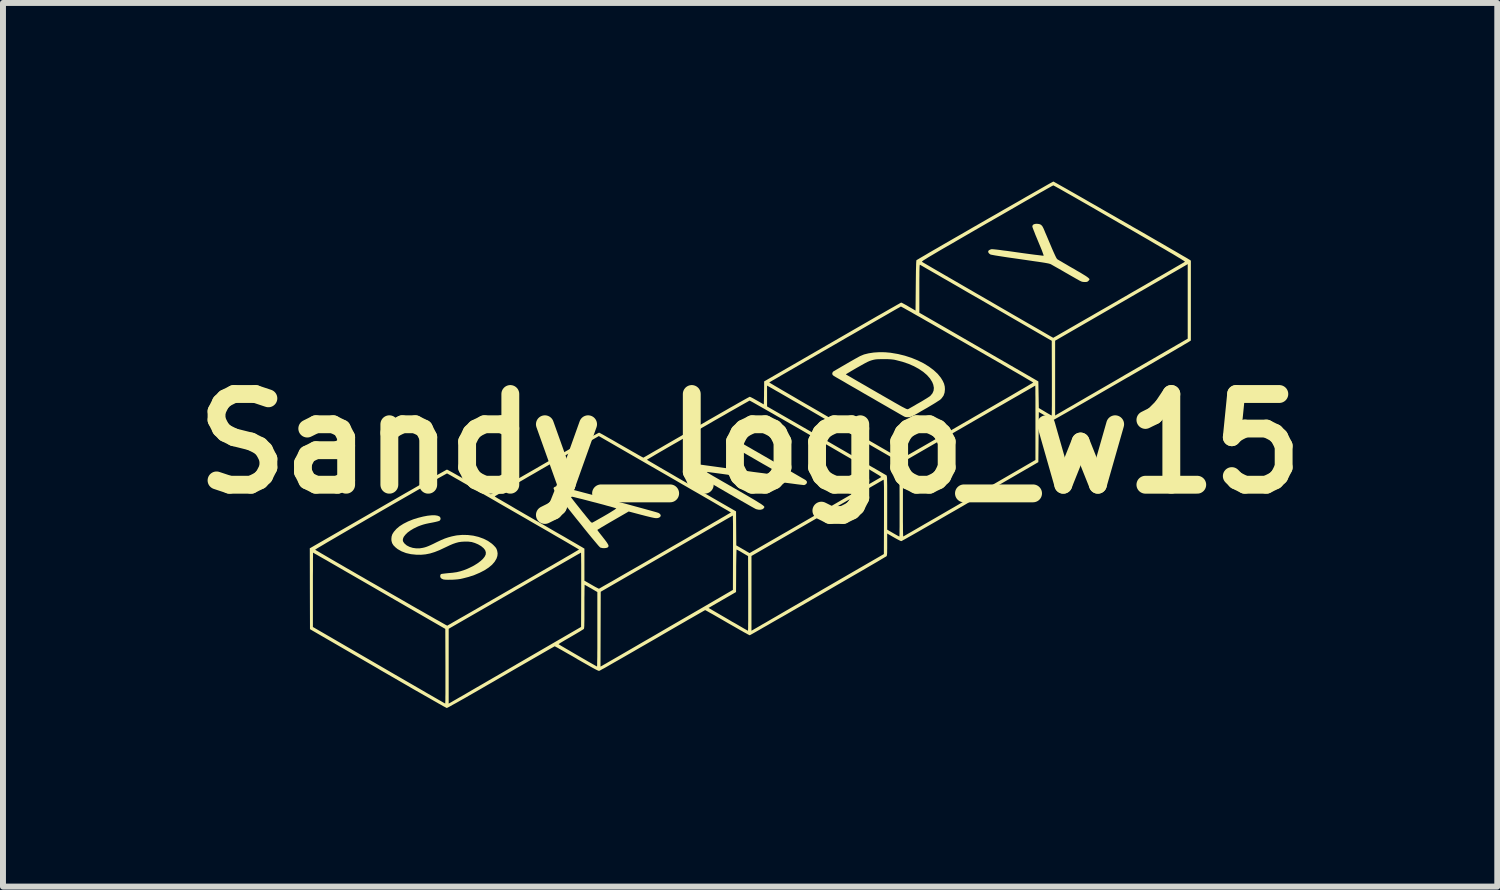
<source format=kicad_pcb>
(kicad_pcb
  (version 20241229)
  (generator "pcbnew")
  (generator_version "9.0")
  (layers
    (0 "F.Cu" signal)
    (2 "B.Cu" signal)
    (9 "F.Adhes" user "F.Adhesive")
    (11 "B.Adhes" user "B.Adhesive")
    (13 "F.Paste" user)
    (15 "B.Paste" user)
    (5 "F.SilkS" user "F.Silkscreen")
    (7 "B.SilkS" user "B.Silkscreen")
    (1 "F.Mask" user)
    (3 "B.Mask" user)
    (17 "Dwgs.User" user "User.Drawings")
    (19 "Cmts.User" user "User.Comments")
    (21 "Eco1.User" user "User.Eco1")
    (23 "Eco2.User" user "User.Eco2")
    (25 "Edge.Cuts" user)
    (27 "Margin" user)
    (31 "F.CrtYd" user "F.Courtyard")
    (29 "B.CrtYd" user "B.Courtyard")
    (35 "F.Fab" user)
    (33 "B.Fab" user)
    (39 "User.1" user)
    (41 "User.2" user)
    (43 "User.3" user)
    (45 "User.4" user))
  (footprint "Sandy_logo_w15"
    (layer "F.Cu")
    (at 9.55 4.403)
    (property "Reference" "Sandy_logo_w15" (at 0 0 0) (layer "F.SilkS") (effects (font (size 1.524 1.524) (thickness 0.3))))
    (attr board_only exclude_from_pos_files exclude_from_bom)
    (fp_poly (pts (xy 4.855 -3.69) (xy 4.885 -3.678) (xy 4.907 -3.656) (xy 4.922 -3.629) (xy 4.93 -3.613) (xy 4.942 -3.585) (xy 4.958 -3.546) (xy 4.978 -3.5) (xy 5 -3.448) (xy 5.024 -3.391) (xy 5.041 -3.351) (xy 5.07 -3.282) (xy 5.095 -3.225) (xy 5.115 -3.181) (xy 5.131 -3.147) (xy 5.143 -3.123) (xy 5.153 -3.107) (xy 5.16 -3.099) (xy 5.161 -3.098) (xy 5.171 -3.092) (xy 5.194 -3.078) (xy 5.226 -3.06) (xy 5.266 -3.036) (xy 5.313 -3.009) (xy 5.365 -2.978) (xy 5.421 -2.946) (xy 5.424 -2.945) (xy 5.493 -2.904) (xy 5.551 -2.871) (xy 5.598 -2.842) (xy 5.634 -2.82) (xy 5.662 -2.801) (xy 5.681 -2.786) (xy 5.693 -2.775) (xy 5.7 -2.766) (xy 5.701 -2.76) (xy 5.696 -2.75) (xy 5.684 -2.736) (xy 5.683 -2.734) (xy 5.669 -2.723) (xy 5.653 -2.717) (xy 5.628 -2.716) (xy 5.621 -2.716) (xy 5.595 -2.717) (xy 5.571 -2.722) (xy 5.546 -2.733) (xy 5.525 -2.744) (xy 5.505 -2.756) (xy 5.474 -2.773) (xy 5.434 -2.796) (xy 5.388 -2.822) (xy 5.338 -2.851) (xy 5.287 -2.88) (xy 5.277 -2.886) (xy 5.227 -2.915) (xy 5.178 -2.943) (xy 5.135 -2.967) (xy 5.098 -2.988) (xy 5.07 -3.004) (xy 5.052 -3.014) (xy 5.05 -3.015) (xy 5.04 -3.019) (xy 5.027 -3.023) (xy 5.007 -3.028) (xy 4.981 -3.033) (xy 4.947 -3.039) (xy 4.904 -3.046) (xy 4.851 -3.054) (xy 4.787 -3.063) (xy 4.712 -3.074) (xy 4.623 -3.087) (xy 4.54 -3.099) (xy 4.428 -3.115) (xy 4.329 -3.129) (xy 4.244 -3.142) (xy 4.174 -3.153) (xy 4.117 -3.162) (xy 4.075 -3.17) (xy 4.048 -3.175) (xy 4.036 -3.179) (xy 4.013 -3.196) (xy 4.002 -3.213) (xy 3.999 -3.23) (xy 4.005 -3.242) (xy 4.012 -3.249) (xy 4.032 -3.26) (xy 4.054 -3.267) (xy 4.068 -3.267) (xy 4.095 -3.265) (xy 4.135 -3.261) (xy 4.187 -3.255) (xy 4.251 -3.246) (xy 4.326 -3.237) (xy 4.41 -3.225) (xy 4.502 -3.212) (xy 4.58 -3.201) (xy 4.654 -3.191) (xy 4.721 -3.182) (xy 4.782 -3.174) (xy 4.834 -3.168) (xy 4.876 -3.163) (xy 4.907 -3.159) (xy 4.926 -3.158) (xy 4.931 -3.158) (xy 4.93 -3.166) (xy 4.923 -3.186) (xy 4.912 -3.217) (xy 4.897 -3.257) (xy 4.878 -3.303) (xy 4.856 -3.356) (xy 4.839 -3.397) (xy 4.816 -3.453) (xy 4.794 -3.505) (xy 4.776 -3.552) (xy 4.76 -3.592) (xy 4.749 -3.622) (xy 4.742 -3.642) (xy 4.741 -3.648) (xy 4.747 -3.671) (xy 4.766 -3.686) (xy 4.797 -3.693) (xy 4.815 -3.694)) (stroke (width 0) (type solid)) (fill yes) (layer "F.SilkS"))
    (fp_poly (pts (xy -5.252 1.209) (xy -5.22 1.222) (xy -5.212 1.228) (xy -5.2 1.248) (xy -5.2 1.27) (xy -5.211 1.289) (xy -5.217 1.294) (xy -5.231 1.3) (xy -5.256 1.307) (xy -5.289 1.315) (xy -5.327 1.323) (xy -5.332 1.324) (xy -5.395 1.336) (xy -5.447 1.347) (xy -5.492 1.359) (xy -5.534 1.373) (xy -5.576 1.389) (xy -5.589 1.395) (xy -5.651 1.425) (xy -5.706 1.458) (xy -5.754 1.493) (xy -5.791 1.53) (xy -5.818 1.565) (xy -5.829 1.592) (xy -5.834 1.618) (xy -5.83 1.64) (xy -5.816 1.663) (xy -5.804 1.678) (xy -5.768 1.709) (xy -5.721 1.733) (xy -5.667 1.75) (xy -5.609 1.758) (xy -5.55 1.758) (xy -5.532 1.755) (xy -5.5 1.75) (xy -5.47 1.743) (xy -5.44 1.734) (xy -5.406 1.721) (xy -5.367 1.704) (xy -5.32 1.682) (xy -5.264 1.654) (xy -5.192 1.62) (xy -5.128 1.593) (xy -5.069 1.573) (xy -5.01 1.557) (xy -4.948 1.544) (xy -4.925 1.54) (xy -4.833 1.532) (xy -4.741 1.534) (xy -4.649 1.545) (xy -4.561 1.566) (xy -4.478 1.596) (xy -4.404 1.633) (xy -4.34 1.678) (xy -4.314 1.701) (xy -4.288 1.728) (xy -4.27 1.749) (xy -4.259 1.769) (xy -4.251 1.792) (xy -4.249 1.796) (xy -4.241 1.842) (xy -4.245 1.886) (xy -4.26 1.931) (xy -4.291 1.983) (xy -4.335 2.034) (xy -4.393 2.082) (xy -4.462 2.127) (xy -4.542 2.168) (xy -4.631 2.206) (xy -4.728 2.238) (xy -4.821 2.262) (xy -4.865 2.272) (xy -4.907 2.278) (xy -4.95 2.282) (xy -5 2.285) (xy -5.022 2.285) (xy -5.073 2.286) (xy -5.114 2.285) (xy -5.143 2.282) (xy -5.157 2.279) (xy -5.186 2.265) (xy -5.202 2.246) (xy -5.206 2.223) (xy -5.201 2.201) (xy -5.192 2.191) (xy -5.179 2.187) (xy -5.155 2.184) (xy -5.122 2.18) (xy -5.084 2.176) (xy -5.076 2.175) (xy -4.997 2.168) (xy -4.928 2.158) (xy -4.866 2.143) (xy -4.806 2.124) (xy -4.743 2.099) (xy -4.705 2.081) (xy -4.64 2.048) (xy -4.582 2.012) (xy -4.531 1.974) (xy -4.49 1.937) (xy -4.46 1.9) (xy -4.443 1.866) (xy -4.441 1.861) (xy -4.439 1.824) (xy -4.451 1.788) (xy -4.478 1.754) (xy -4.519 1.72) (xy -4.569 1.691) (xy -4.623 1.668) (xy -4.676 1.652) (xy -4.733 1.645) (xy -4.799 1.645) (xy -4.805 1.645) (xy -4.853 1.648) (xy -4.898 1.655) (xy -4.943 1.667) (xy -4.992 1.684) (xy -5.046 1.707) (xy -5.109 1.737) (xy -5.124 1.744) (xy -5.215 1.787) (xy -5.298 1.82) (xy -5.376 1.844) (xy -5.452 1.859) (xy -5.528 1.866) (xy -5.607 1.865) (xy -5.607 1.865) (xy -5.697 1.856) (xy -5.78 1.837) (xy -5.855 1.808) (xy -5.92 1.771) (xy -5.955 1.743) (xy -5.991 1.707) (xy -6.013 1.671) (xy -6.024 1.632) (xy -6.026 1.601) (xy -6.022 1.559) (xy -6.009 1.519) (xy -5.984 1.48) (xy -5.947 1.438) (xy -5.942 1.432) (xy -5.889 1.387) (xy -5.823 1.345) (xy -5.746 1.306) (xy -5.659 1.271) (xy -5.575 1.245) (xy -5.492 1.224) (xy -5.418 1.21) (xy -5.352 1.203) (xy -5.297 1.202)) (stroke (width 0) (type solid)) (fill yes) (layer "F.SilkS"))
    (fp_poly (pts (xy -3.228 0.718) (xy -3.209 0.721) (xy -3.185 0.725) (xy -3.155 0.731) (xy -3.119 0.739) (xy -3.075 0.75) (xy -3.023 0.762) (xy -2.962 0.778) (xy -2.892 0.796) (xy -2.81 0.818) (xy -2.718 0.842) (xy -2.613 0.87) (xy -2.495 0.901) (xy -2.389 0.93) (xy -2.281 0.958) (xy -2.176 0.987) (xy -2.076 1.013) (xy -1.982 1.039) (xy -1.894 1.063) (xy -1.813 1.085) (xy -1.741 1.105) (xy -1.679 1.122) (xy -1.626 1.137) (xy -1.586 1.148) (xy -1.557 1.157) (xy -1.542 1.162) (xy -1.54 1.162) (xy -1.514 1.18) (xy -1.502 1.199) (xy -1.503 1.218) (xy -1.517 1.235) (xy -1.542 1.247) (xy -1.565 1.251) (xy -1.579 1.251) (xy -1.598 1.249) (xy -1.622 1.245) (xy -1.655 1.238) (xy -1.697 1.228) (xy -1.75 1.215) (xy -1.815 1.198) (xy -1.82 1.197) (xy -2.039 1.139) (xy -2.302 1.291) (xy -2.359 1.324) (xy -2.412 1.355) (xy -2.459 1.383) (xy -2.5 1.407) (xy -2.531 1.427) (xy -2.554 1.44) (xy -2.565 1.448) (xy -2.566 1.449) (xy -2.561 1.457) (xy -2.549 1.474) (xy -2.53 1.499) (xy -2.505 1.531) (xy -2.477 1.566) (xy -2.472 1.573) (xy -2.436 1.619) (xy -2.41 1.654) (xy -2.392 1.682) (xy -2.381 1.703) (xy -2.378 1.718) (xy -2.381 1.73) (xy -2.389 1.74) (xy -2.395 1.744) (xy -2.415 1.751) (xy -2.444 1.755) (xy -2.476 1.754) (xy -2.505 1.748) (xy -2.517 1.744) (xy -2.527 1.735) (xy -2.546 1.715) (xy -2.574 1.682) (xy -2.611 1.638) (xy -2.658 1.582) (xy -2.713 1.515) (xy -2.778 1.435) (xy -2.851 1.343) (xy -2.921 1.257) (xy -2.991 1.169) (xy -3.053 1.091) (xy -3.107 1.024) (xy -3.152 0.966) (xy -3.191 0.917) (xy -3.205 0.899) (xy -3.008 0.899) (xy -3.004 0.906) (xy -2.991 0.923) (xy -2.971 0.949) (xy -2.946 0.981) (xy -2.917 1.018) (xy -2.884 1.059) (xy -2.85 1.102) (xy -2.816 1.145) (xy -2.782 1.186) (xy -2.751 1.225) (xy -2.723 1.259) (xy -2.7 1.287) (xy -2.683 1.307) (xy -2.674 1.317) (xy -2.672 1.318) (xy -2.66 1.326) (xy -2.654 1.328) (xy -2.646 1.324) (xy -2.627 1.314) (xy -2.598 1.298) (xy -2.561 1.277) (xy -2.517 1.252) (xy -2.469 1.225) (xy -2.445 1.211) (xy -2.395 1.182) (xy -2.35 1.155) (xy -2.312 1.131) (xy -2.281 1.112) (xy -2.26 1.097) (xy -2.249 1.089) (xy -2.248 1.087) (xy -2.257 1.084) (xy -2.278 1.077) (xy -2.311 1.067) (xy -2.353 1.055) (xy -2.403 1.042) (xy -2.459 1.026) (xy -2.52 1.01) (xy -2.583 0.993) (xy -2.647 0.977) (xy -2.711 0.96) (xy -2.772 0.944) (xy -2.829 0.929) (xy -2.881 0.917) (xy -2.925 0.906) (xy -2.96 0.897) (xy -2.984 0.892) (xy -2.996 0.89) (xy -2.997 0.89) (xy -3.007 0.896) (xy -3.008 0.899) (xy -3.205 0.899) (xy -3.222 0.876) (xy -3.248 0.842) (xy -3.268 0.814) (xy -3.282 0.792) (xy -3.292 0.774) (xy -3.298 0.761) (xy -3.301 0.751) (xy -3.3 0.744) (xy -3.297 0.738) (xy -3.292 0.733) (xy -3.285 0.729) (xy -3.279 0.725) (xy -3.272 0.722) (xy -3.265 0.719) (xy -3.255 0.718) (xy -3.243 0.717)) (stroke (width 0) (type solid)) (fill yes) (layer "F.SilkS"))
    (fp_poly (pts (xy -0.285 -0.086) (xy -0.272 -0.082) (xy -0.263 -0.077) (xy -0.242 -0.065) (xy -0.21 -0.048) (xy -0.168 -0.024) (xy -0.118 0.004) (xy -0.061 0.037) (xy 0.002 0.073) (xy 0.071 0.113) (xy 0.143 0.154) (xy 0.219 0.198) (xy 0.296 0.242) (xy 0.373 0.287) (xy 0.45 0.331) (xy 0.525 0.374) (xy 0.598 0.416) (xy 0.666 0.456) (xy 0.729 0.493) (xy 0.786 0.526) (xy 0.836 0.555) (xy 0.877 0.579) (xy 0.909 0.597) (xy 0.93 0.61) (xy 0.938 0.616) (xy 0.953 0.634) (xy 0.955 0.654) (xy 0.945 0.674) (xy 0.925 0.689) (xy 0.908 0.695) (xy 0.899 0.695) (xy 0.875 0.692) (xy 0.839 0.688) (xy 0.79 0.682) (xy 0.731 0.674) (xy 0.662 0.665) (xy 0.584 0.655) (xy 0.497 0.643) (xy 0.404 0.63) (xy 0.305 0.617) (xy 0.201 0.602) (xy 0.093 0.587) (xy 0.085 0.586) (xy -0.024 0.57) (xy -0.127 0.556) (xy -0.226 0.542) (xy -0.319 0.529) (xy -0.404 0.517) (xy -0.482 0.506) (xy -0.55 0.497) (xy -0.609 0.489) (xy -0.657 0.483) (xy -0.692 0.478) (xy -0.715 0.475) (xy -0.725 0.475) (xy -0.725 0.475) (xy -0.725 0.476) (xy -0.725 0.478) (xy -0.722 0.481) (xy -0.716 0.485) (xy -0.707 0.492) (xy -0.692 0.501) (xy -0.672 0.513) (xy -0.645 0.529) (xy -0.611 0.549) (xy -0.569 0.573) (xy -0.517 0.603) (xy -0.455 0.639) (xy -0.383 0.68) (xy -0.299 0.729) (xy -0.255 0.754) (xy -0.161 0.808) (xy -0.078 0.856) (xy -0.008 0.897) (xy 0.052 0.932) (xy 0.102 0.962) (xy 0.143 0.988) (xy 0.176 1.008) (xy 0.201 1.025) (xy 0.219 1.039) (xy 0.231 1.049) (xy 0.238 1.058) (xy 0.24 1.064) (xy 0.24 1.064) (xy 0.236 1.075) (xy 0.226 1.088) (xy 0.207 1.102) (xy 0.178 1.109) (xy 0.144 1.109) (xy 0.109 1.102) (xy 0.089 1.094) (xy 0.075 1.086) (xy 0.049 1.072) (xy 0.013 1.052) (xy -0.032 1.026) (xy -0.084 0.996) (xy -0.144 0.962) (xy -0.209 0.924) (xy -0.279 0.884) (xy -0.352 0.842) (xy -0.428 0.798) (xy -0.504 0.754) (xy -0.581 0.709) (xy -0.657 0.665) (xy -0.73 0.623) (xy -0.8 0.582) (xy -0.866 0.544) (xy -0.925 0.509) (xy -0.979 0.478) (xy -1.024 0.451) (xy -1.06 0.429) (xy -1.086 0.414) (xy -1.101 0.405) (xy -1.104 0.403) (xy -1.116 0.383) (xy -1.115 0.363) (xy -1.1 0.344) (xy -1.086 0.335) (xy -1.058 0.321) (xy -0.258 0.431) (xy -0.151 0.446) (xy -0.047 0.46) (xy 0.051 0.474) (xy 0.144 0.486) (xy 0.229 0.497) (xy 0.306 0.508) (xy 0.374 0.516) (xy 0.432 0.524) (xy 0.479 0.53) (xy 0.515 0.534) (xy 0.537 0.537) (xy 0.546 0.537) (xy 0.546 0.537) (xy 0.547 0.53) (xy 0.547 0.53) (xy 0.54 0.526) (xy 0.521 0.515) (xy 0.492 0.498) (xy 0.452 0.475) (xy 0.404 0.447) (xy 0.348 0.414) (xy 0.285 0.378) (xy 0.216 0.339) (xy 0.143 0.297) (xy 0.09 0.266) (xy 0.014 0.222) (xy -0.059 0.18) (xy -0.127 0.141) (xy -0.189 0.105) (xy -0.244 0.072) (xy -0.292 0.044) (xy -0.33 0.021) (xy -0.359 0.004) (xy -0.376 -0.007) (xy -0.381 -0.01) (xy -0.394 -0.029) (xy -0.398 -0.045) (xy -0.391 -0.064) (xy -0.373 -0.078) (xy -0.347 -0.087) (xy -0.316 -0.09)) (stroke (width 0) (type solid)) (fill yes) (layer "F.SilkS"))
    (fp_poly (pts (xy 2.266 -1.536) (xy 2.365 -1.527) (xy 2.368 -1.526) (xy 2.486 -1.506) (xy 2.6 -1.478) (xy 2.711 -1.442) (xy 2.816 -1.399) (xy 2.915 -1.35) (xy 3.004 -1.295) (xy 3.083 -1.236) (xy 3.151 -1.173) (xy 3.204 -1.108) (xy 3.236 -1.056) (xy 3.258 -1.008) (xy 3.27 -0.96) (xy 3.273 -0.914) (xy 3.267 -0.857) (xy 3.249 -0.806) (xy 3.217 -0.762) (xy 3.196 -0.741) (xy 3.181 -0.73) (xy 3.154 -0.713) (xy 3.119 -0.69) (xy 3.075 -0.663) (xy 3.026 -0.634) (xy 2.973 -0.602) (xy 2.932 -0.579) (xy 2.871 -0.544) (xy 2.822 -0.515) (xy 2.783 -0.493) (xy 2.752 -0.476) (xy 2.728 -0.464) (xy 2.709 -0.456) (xy 2.694 -0.45) (xy 2.681 -0.447) (xy 2.669 -0.445) (xy 2.659 -0.445) (xy 2.627 -0.445) (xy 2.602 -0.45) (xy 2.584 -0.459) (xy 2.571 -0.466) (xy 2.546 -0.48) (xy 2.511 -0.5) (xy 2.466 -0.526) (xy 2.414 -0.556) (xy 2.354 -0.59) (xy 2.289 -0.628) (xy 2.219 -0.668) (xy 2.146 -0.71) (xy 2.071 -0.754) (xy 1.994 -0.798) (xy 1.917 -0.842) (xy 1.842 -0.886) (xy 1.769 -0.928) (xy 1.699 -0.968) (xy 1.635 -1.005) (xy 1.576 -1.04) (xy 1.524 -1.07) (xy 1.48 -1.095) (xy 1.445 -1.115) (xy 1.422 -1.129) (xy 1.409 -1.137) (xy 1.408 -1.137) (xy 1.389 -1.152) (xy 1.383 -1.164) (xy 1.609 -1.164) (xy 1.615 -1.16) (xy 1.634 -1.149) (xy 1.664 -1.132) (xy 1.704 -1.109) (xy 1.753 -1.08) (xy 1.81 -1.047) (xy 1.874 -1.01) (xy 1.944 -0.97) (xy 2.019 -0.926) (xy 2.099 -0.88) (xy 2.123 -0.866) (xy 2.217 -0.812) (xy 2.299 -0.765) (xy 2.369 -0.725) (xy 2.429 -0.69) (xy 2.479 -0.662) (xy 2.521 -0.638) (xy 2.555 -0.619) (xy 2.583 -0.605) (xy 2.604 -0.594) (xy 2.62 -0.586) (xy 2.632 -0.582) (xy 2.641 -0.579) (xy 2.647 -0.579) (xy 2.652 -0.58) (xy 2.655 -0.581) (xy 2.667 -0.587) (xy 2.689 -0.6) (xy 2.721 -0.618) (xy 2.76 -0.64) (xy 2.803 -0.666) (xy 2.839 -0.686) (xy 2.886 -0.713) (xy 2.93 -0.74) (xy 2.968 -0.763) (xy 2.999 -0.783) (xy 3.021 -0.798) (xy 3.029 -0.805) (xy 3.063 -0.846) (xy 3.082 -0.89) (xy 3.087 -0.938) (xy 3.077 -0.991) (xy 3.059 -1.036) (xy 3.022 -1.095) (xy 2.972 -1.152) (xy 2.909 -1.206) (xy 2.835 -1.256) (xy 2.751 -1.302) (xy 2.659 -1.342) (xy 2.559 -1.376) (xy 2.454 -1.403) (xy 2.45 -1.404) (xy 2.418 -1.411) (xy 2.386 -1.415) (xy 2.353 -1.418) (xy 2.313 -1.42) (xy 2.263 -1.42) (xy 2.239 -1.42) (xy 2.189 -1.42) (xy 2.147 -1.419) (xy 2.11 -1.416) (xy 2.076 -1.41) (xy 2.042 -1.401) (xy 2.007 -1.389) (xy 1.969 -1.372) (xy 1.925 -1.349) (xy 1.873 -1.32) (xy 1.811 -1.285) (xy 1.793 -1.275) (xy 1.745 -1.247) (xy 1.702 -1.222) (xy 1.666 -1.2) (xy 1.637 -1.183) (xy 1.617 -1.171) (xy 1.609 -1.165) (xy 1.609 -1.164) (xy 1.383 -1.164) (xy 1.381 -1.167) (xy 1.38 -1.177) (xy 1.385 -1.196) (xy 1.393 -1.209) (xy 1.403 -1.216) (xy 1.424 -1.228) (xy 1.454 -1.246) (xy 1.492 -1.268) (xy 1.534 -1.293) (xy 1.581 -1.32) (xy 1.629 -1.348) (xy 1.677 -1.376) (xy 1.723 -1.402) (xy 1.765 -1.426) (xy 1.802 -1.446) (xy 1.83 -1.462) (xy 1.849 -1.472) (xy 1.849 -1.472) (xy 1.914 -1.499) (xy 1.991 -1.518) (xy 2.076 -1.531) (xy 2.168 -1.537)) (stroke (width 0) (type solid)) (fill yes) (layer "F.SilkS"))
    (fp_poly (pts (xy 5.102 -4.4) (xy 5.121 -4.389) (xy 5.152 -4.372) (xy 5.194 -4.348) (xy 5.245 -4.319) (xy 5.306 -4.285) (xy 5.374 -4.246) (xy 5.45 -4.203) (xy 5.532 -4.156) (xy 5.62 -4.106) (xy 5.713 -4.052) (xy 5.811 -3.997) (xy 5.911 -3.939) (xy 6.014 -3.88) (xy 6.119 -3.82) (xy 6.224 -3.759) (xy 6.33 -3.699) (xy 6.435 -3.638) (xy 6.539 -3.579) (xy 6.64 -3.521) (xy 6.738 -3.464) (xy 6.832 -3.41) (xy 6.921 -3.359) (xy 7.005 -3.31) (xy 7.082 -3.265) (xy 7.152 -3.225) (xy 7.215 -3.188) (xy 7.268 -3.157) (xy 7.312 -3.132) (xy 7.346 -3.112) (xy 7.368 -3.098) (xy 7.376 -3.094) (xy 7.404 -3.075) (xy 7.404 -1.733) (xy 7.376 -1.715) (xy 7.362 -1.706) (xy 7.337 -1.691) (xy 7.3 -1.67) (xy 7.254 -1.642) (xy 7.198 -1.61) (xy 7.134 -1.572) (xy 7.062 -1.53) (xy 6.983 -1.484) (xy 6.897 -1.435) (xy 6.807 -1.382) (xy 6.712 -1.327) (xy 6.613 -1.27) (xy 6.511 -1.211) (xy 6.407 -1.151) (xy 6.302 -1.091) (xy 6.197 -1.03) (xy 6.091 -0.969) (xy 5.987 -0.909) (xy 5.885 -0.85) (xy 5.785 -0.792) (xy 5.689 -0.737) (xy 5.597 -0.684) (xy 5.511 -0.635) (xy 5.43 -0.588) (xy 5.356 -0.546) (xy 5.29 -0.508) (xy 5.231 -0.475) (xy 5.182 -0.447) (xy 5.143 -0.425) (xy 5.115 -0.409) (xy 5.099 -0.4) (xy 5.094 -0.398) (xy 5.084 -0.401) (xy 5.063 -0.411) (xy 5.034 -0.427) (xy 5 -0.446) (xy 4.966 -0.465) (xy 4.85 -0.532) (xy 4.846 -0.111) (xy 4.842 0.31) (xy 3.698 0.973) (xy 3.577 1.044) (xy 3.46 1.112) (xy 3.346 1.177) (xy 3.237 1.24) (xy 3.134 1.3) (xy 3.036 1.356) (xy 2.945 1.408) (xy 2.862 1.456) (xy 2.787 1.499) (xy 2.72 1.537) (xy 2.663 1.569) (xy 2.616 1.596) (xy 2.579 1.616) (xy 2.554 1.63) (xy 2.541 1.636) (xy 2.539 1.637) (xy 2.528 1.633) (xy 2.506 1.623) (xy 2.477 1.608) (xy 2.442 1.589) (xy 2.414 1.573) (xy 2.303 1.509) (xy 2.303 1.695) (xy 2.303 1.754) (xy 2.302 1.8) (xy 2.302 1.834) (xy 2.3 1.859) (xy 2.298 1.875) (xy 2.295 1.885) (xy 2.292 1.89) (xy 2.292 1.89) (xy 2.283 1.896) (xy 2.262 1.908) (xy 2.23 1.927) (xy 2.188 1.952) (xy 2.136 1.983) (xy 2.074 2.019) (xy 2.005 2.059) (xy 1.929 2.104) (xy 1.846 2.152) (xy 1.757 2.203) (xy 1.664 2.257) (xy 1.566 2.314) (xy 1.465 2.372) (xy 1.362 2.432) (xy 1.257 2.493) (xy 1.151 2.554) (xy 1.045 2.615) (xy 0.94 2.676) (xy 0.836 2.736) (xy 0.735 2.794) (xy 0.637 2.851) (xy 0.543 2.905) (xy 0.453 2.956) (xy 0.369 3.004) (xy 0.292 3.049) (xy 0.221 3.089) (xy 0.159 3.125) (xy 0.105 3.156) (xy 0.061 3.181) (xy 0.027 3.2) (xy 0.005 3.212) (xy -0.006 3.218) (xy -0.007 3.218) (xy -0.015 3.214) (xy -0.036 3.204) (xy -0.066 3.187) (xy -0.107 3.165) (xy -0.146 3.142) (xy 0.023 3.142) (xy 0.148 3.07) (xy 0.169 3.058) (xy 0.202 3.038) (xy 0.247 3.013) (xy 0.302 2.981) (xy 0.367 2.943) (xy 0.44 2.901) (xy 0.522 2.853) (xy 0.61 2.802) (xy 0.705 2.747) (xy 0.806 2.689) (xy 0.911 2.628) (xy 1.02 2.565) (xy 1.132 2.5) (xy 1.246 2.433) (xy 1.26 2.425) (xy 2.247 1.854) (xy 2.249 1.226) (xy 2.249 1.113) (xy 2.249 1.013) (xy 2.249 0.927) (xy 2.249 0.853) (xy 2.249 0.791) (xy 2.249 0.74) (xy 2.248 0.698) (xy 2.247 0.665) (xy 2.246 0.64) (xy 2.245 0.623) (xy 2.244 0.612) (xy 2.242 0.606) (xy 2.24 0.605) (xy 2.24 0.605) (xy 2.233 0.61) (xy 2.213 0.621) (xy 2.182 0.639) (xy 2.139 0.664) (xy 2.087 0.694) (xy 2.024 0.73) (xy 1.953 0.771) (xy 1.873 0.817) (xy 1.786 0.868) (xy 1.692 0.922) (xy 1.592 0.98) (xy 1.486 1.041) (xy 1.375 1.105) (xy 1.261 1.171) (xy 1.142 1.24) (xy 1.126 1.249) (xy 0.023 1.886) (xy 0.023 3.142) (xy -0.146 3.142) (xy -0.155 3.138) (xy -0.21 3.106) (xy -0.271 3.071) (xy -0.336 3.034) (xy -0.383 3.007) (xy -0.45 2.968) (xy -0.514 2.931) (xy -0.573 2.897) (xy -0.625 2.867) (xy -0.671 2.842) (xy -0.707 2.821) (xy -0.734 2.806) (xy -0.75 2.798) (xy -0.754 2.796) (xy -0.761 2.799) (xy -0.781 2.81) (xy -0.812 2.828) (xy -0.853 2.851) (xy -0.905 2.881) (xy -0.966 2.916) (xy -1.035 2.955) (xy -1.112 3) (xy -1.196 3.048) (xy -1.286 3.1) (xy -1.381 3.155) (xy -1.481 3.213) (xy -1.585 3.274) (xy -1.639 3.305) (xy -1.745 3.366) (xy -1.848 3.425) (xy -1.946 3.482) (xy -2.04 3.536) (xy -2.127 3.586) (xy -2.209 3.633) (xy -2.283 3.675) (xy -2.349 3.713) (xy -2.406 3.746) (xy -2.454 3.773) (xy -2.492 3.793) (xy -2.518 3.808) (xy -2.533 3.815) (xy -2.536 3.817) (xy -2.544 3.815) (xy -2.558 3.81) (xy -2.579 3.8) (xy -2.608 3.785) (xy -2.647 3.764) (xy -2.683 3.744) (xy -2.513 3.744) (xy -2.485 3.729) (xy -2.475 3.723) (xy -2.454 3.711) (xy -2.42 3.692) (xy -2.376 3.666) (xy -2.322 3.635) (xy -2.258 3.598) (xy -2.185 3.556) (xy -2.104 3.509) (xy -2.016 3.458) (xy -1.921 3.403) (xy -1.82 3.344) (xy -1.714 3.283) (xy -1.603 3.219) (xy -1.488 3.152) (xy -1.373 3.085) (xy -0.81 2.759) (xy -0.698 2.759) (xy -0.37 2.95) (xy -0.306 2.988) (xy -0.245 3.022) (xy -0.19 3.054) (xy -0.142 3.082) (xy -0.101 3.106) (xy -0.069 3.124) (xy -0.047 3.136) (xy -0.036 3.142) (xy -0.036 3.142) (xy -0.035 3.135) (xy -0.034 3.114) (xy -0.033 3.08) (xy -0.033 3.035) (xy -0.032 2.978) (xy -0.032 2.912) (xy -0.032 2.838) (xy -0.032 2.757) (xy -0.032 2.669) (xy -0.032 2.576) (xy -0.032 2.515) (xy -0.034 1.888) (xy -0.128 1.833) (xy -0.161 1.813) (xy -0.19 1.797) (xy -0.212 1.785) (xy -0.225 1.779) (xy -0.227 1.778) (xy -0.228 1.785) (xy -0.229 1.806) (xy -0.23 1.839) (xy -0.231 1.882) (xy -0.232 1.935) (xy -0.233 1.995) (xy -0.234 2.062) (xy -0.234 2.134) (xy -0.234 2.135) (xy -0.236 2.492) (xy -0.698 2.759) (xy -0.81 2.759) (xy -0.289 2.456) (xy -0.287 1.832) (xy -0.287 1.737) (xy -0.287 1.646) (xy -0.287 1.561) (xy -0.287 1.482) (xy -0.287 1.411) (xy -0.287 1.349) (xy -0.288 1.297) (xy -0.289 1.255) (xy -0.289 1.226) (xy -0.29 1.211) (xy -0.291 1.208) (xy -0.298 1.212) (xy -0.317 1.223) (xy -0.348 1.24) (xy -0.39 1.264) (xy -0.442 1.294) (xy -0.504 1.33) (xy -0.575 1.37) (xy -0.654 1.416) (xy -0.741 1.466) (xy -0.834 1.52) (xy -0.934 1.577) (xy -1.04 1.638) (xy -1.151 1.702) (xy -1.265 1.768) (xy -1.384 1.837) (xy -1.403 1.848) (xy -2.509 2.487) (xy -2.513 3.744) (xy -2.683 3.744) (xy -2.695 3.737) (xy -2.753 3.704) (xy -2.822 3.665) (xy -2.904 3.618) (xy -2.914 3.611) (xy -2.981 3.572) (xy -3.045 3.536) (xy -3.103 3.503) (xy -3.155 3.473) (xy -3.2 3.448) (xy -3.236 3.427) (xy -3.263 3.413) (xy -3.278 3.405) (xy -3.281 3.403) (xy -3.289 3.407) (xy -3.308 3.418) (xy -3.339 3.435) (xy -3.381 3.459) (xy -3.433 3.489) (xy -3.494 3.524) (xy -3.563 3.564) (xy -3.64 3.608) (xy -3.725 3.657) (xy -3.815 3.709) (xy -3.911 3.764) (xy -4.011 3.822) (xy -4.116 3.883) (xy -4.184 3.922) (xy -4.302 3.991) (xy -4.414 4.055) (xy -4.519 4.116) (xy -4.618 4.173) (xy -4.709 4.225) (xy -4.792 4.273) (xy -4.867 4.315) (xy -4.932 4.352) (xy -4.987 4.382) (xy -5.031 4.407) (xy -5.064 4.425) (xy -5.086 4.436) (xy -5.095 4.44) (xy -5.095 4.44) (xy -5.103 4.436) (xy -5.124 4.425) (xy -5.156 4.408) (xy -5.199 4.383) (xy -5.23 4.366) (xy -5.063 4.366) (xy -5.043 4.355) (xy -5.034 4.35) (xy -5.013 4.338) (xy -4.981 4.319) (xy -4.937 4.294) (xy -4.884 4.263) (xy -4.82 4.227) (xy -4.748 4.185) (xy -4.668 4.138) (xy -4.58 4.087) (xy -4.486 4.033) (xy -4.385 3.974) (xy -4.279 3.913) (xy -4.168 3.849) (xy -4.053 3.782) (xy -3.935 3.714) (xy -3.931 3.711) (xy -3.338 3.367) (xy -3.218 3.367) (xy -3.211 3.372) (xy -3.194 3.383) (xy -3.166 3.4) (xy -3.13 3.421) (xy -3.086 3.447) (xy -3.037 3.475) (xy -2.985 3.506) (xy -2.93 3.538) (xy -2.873 3.571) (xy -2.818 3.603) (xy -2.764 3.634) (xy -2.714 3.663) (xy -2.67 3.688) (xy -2.631 3.71) (xy -2.601 3.727) (xy -2.581 3.738) (xy -2.571 3.743) (xy -2.571 3.743) (xy -2.57 3.736) (xy -2.569 3.714) (xy -2.569 3.68) (xy -2.568 3.635) (xy -2.567 3.578) (xy -2.567 3.513) (xy -2.566 3.439) (xy -2.566 3.357) (xy -2.566 3.269) (xy -2.566 3.176) (xy -2.566 3.118) (xy -2.566 2.492) (xy -2.67 2.431) (xy -2.706 2.411) (xy -2.737 2.393) (xy -2.761 2.38) (xy -2.775 2.372) (xy -2.779 2.37) (xy -2.78 2.378) (xy -2.78 2.399) (xy -2.781 2.432) (xy -2.782 2.475) (xy -2.782 2.528) (xy -2.783 2.589) (xy -2.783 2.656) (xy -2.783 2.728) (xy -2.783 2.737) (xy -2.783 2.821) (xy -2.783 2.891) (xy -2.783 2.949) (xy -2.784 2.995) (xy -2.785 3.032) (xy -2.785 3.06) (xy -2.787 3.08) (xy -2.788 3.095) (xy -2.79 3.105) (xy -2.793 3.111) (xy -2.796 3.114) (xy -2.796 3.115) (xy -2.806 3.121) (xy -2.827 3.134) (xy -2.857 3.153) (xy -2.896 3.176) (xy -2.94 3.202) (xy -2.99 3.231) (xy -3.014 3.245) (xy -3.064 3.274) (xy -3.109 3.3) (xy -3.149 3.324) (xy -3.181 3.343) (xy -3.204 3.358) (xy -3.216 3.366) (xy -3.218 3.367) (xy -3.338 3.367) (xy -2.839 3.078) (xy -2.837 2.454) (xy -2.837 2.359) (xy -2.837 2.268) (xy -2.837 2.183) (xy -2.837 2.104) (xy -2.837 2.033) (xy -2.838 1.971) (xy -2.838 1.919) (xy -2.839 1.878) (xy -2.839 1.849) (xy -2.84 1.833) (xy -2.841 1.83) (xy -2.847 1.834) (xy -2.867 1.845) (xy -2.898 1.862) (xy -2.94 1.886) (xy -2.992 1.916) (xy -3.054 1.952) (xy -3.124 1.992) (xy -3.204 2.038) (xy -3.29 2.087) (xy -3.384 2.141) (xy -3.484 2.199) (xy -3.59 2.26) (xy -3.7 2.323) (xy -3.815 2.39) (xy -3.934 2.458) (xy -3.954 2.47) (xy -5.063 3.109) (xy -5.063 3.738) (xy -5.063 4.366) (xy -5.23 4.366) (xy -5.252 4.353) (xy -5.316 4.317) (xy -5.387 4.276) (xy -5.468 4.23) (xy -5.556 4.18) (xy -5.651 4.126) (xy -5.752 4.067) (xy -5.858 4.006) (xy -5.97 3.941) (xy -6.086 3.874) (xy -6.206 3.805) (xy -6.252 3.777) (xy -7.393 3.116) (xy -7.395 2.437) (xy -7.395 2.397) (xy -7.344 2.397) (xy -7.344 2.455) (xy -7.344 3.079) (xy -6.235 3.722) (xy -6.116 3.791) (xy -6.001 3.858) (xy -5.89 3.922) (xy -5.783 3.984) (xy -5.682 4.042) (xy -5.587 4.097) (xy -5.499 4.148) (xy -5.419 4.195) (xy -5.347 4.236) (xy -5.283 4.273) (xy -5.229 4.304) (xy -5.185 4.329) (xy -5.153 4.348) (xy -5.131 4.36) (xy -5.122 4.365) (xy -5.122 4.365) (xy -5.121 4.358) (xy -5.12 4.337) (xy -5.119 4.303) (xy -5.119 4.257) (xy -5.118 4.201) (xy -5.118 4.135) (xy -5.118 4.061) (xy -5.118 3.98) (xy -5.118 3.892) (xy -5.118 3.799) (xy -5.118 3.738) (xy -5.12 3.111) (xy -6.229 2.471) (xy -6.348 2.402) (xy -6.464 2.335) (xy -6.575 2.271) (xy -6.681 2.21) (xy -6.782 2.152) (xy -6.877 2.097) (xy -6.965 2.046) (xy -7.045 2) (xy -7.117 1.958) (xy -7.181 1.922) (xy -7.235 1.891) (xy -7.278 1.866) (xy -7.311 1.848) (xy -7.332 1.835) (xy -7.341 1.83) (xy -7.341 1.83) (xy -7.342 1.838) (xy -7.342 1.859) (xy -7.342 1.893) (xy -7.343 1.939) (xy -7.343 1.995) (xy -7.343 2.061) (xy -7.343 2.135) (xy -7.344 2.217) (xy -7.344 2.304) (xy -7.344 2.397) (xy -7.395 2.397) (xy -7.396 1.781) (xy -7.306 1.781) (xy -7.299 1.786) (xy -7.279 1.798) (xy -7.247 1.816) (xy -7.206 1.841) (xy -7.154 1.871) (xy -7.094 1.906) (xy -7.026 1.946) (xy -6.95 1.99) (xy -6.868 2.037) (xy -6.781 2.088) (xy -6.688 2.141) (xy -6.592 2.197) (xy -6.492 2.254) (xy -6.391 2.313) (xy -6.287 2.372) (xy -6.183 2.432) (xy -6.079 2.492) (xy -5.976 2.551) (xy -5.875 2.609) (xy -5.776 2.666) (xy -5.681 2.721) (xy -5.59 2.773) (xy -5.503 2.822) (xy -5.423 2.868) (xy -5.349 2.91) (xy -5.283 2.948) (xy -5.225 2.98) (xy -5.176 3.008) (xy -5.137 3.03) (xy -5.109 3.046) (xy -5.092 3.054) (xy -5.088 3.057) (xy -5.08 3.053) (xy -5.06 3.041) (xy -5.029 3.024) (xy -4.987 2.999) (xy -4.934 2.969) (xy -4.872 2.933) (xy -4.801 2.893) (xy -4.721 2.847) (xy -4.634 2.797) (xy -4.54 2.743) (xy -4.44 2.685) (xy -4.334 2.624) (xy -4.223 2.56) (xy -4.109 2.494) (xy -3.99 2.426) (xy -3.976 2.417) (xy -3.857 2.349) (xy -3.742 2.283) (xy -3.631 2.219) (xy -3.525 2.157) (xy -3.425 2.099) (xy -3.33 2.045) (xy -3.243 1.994) (xy -3.163 1.948) (xy -3.092 1.906) (xy -3.029 1.87) (xy -2.976 1.839) (xy -2.934 1.814) (xy -2.902 1.795) (xy -2.881 1.783) (xy -2.873 1.778) (xy -2.873 1.778) (xy -2.88 1.774) (xy -2.898 1.763) (xy -2.928 1.745) (xy -2.969 1.721) (xy -3.019 1.692) (xy -3.078 1.657) (xy -3.145 1.618) (xy -3.22 1.575) (xy -3.301 1.528) (xy -3.388 1.477) (xy -3.48 1.424) (xy -3.576 1.369) (xy -3.675 1.312) (xy -3.776 1.253) (xy -3.879 1.194) (xy -3.983 1.134) (xy -4.087 1.074) (xy -4.19 1.015) (xy -4.291 0.956) (xy -4.39 0.899) (xy -4.413 0.886) (xy -4.291 0.886) (xy -4.284 0.89) (xy -4.266 0.902) (xy -4.236 0.92) (xy -4.196 0.943) (xy -4.145 0.973) (xy -4.086 1.007) (xy -4.019 1.046) (xy -3.945 1.09) (xy -3.864 1.137) (xy -3.778 1.187) (xy -3.687 1.239) (xy -3.592 1.294) (xy -3.565 1.309) (xy -3.468 1.365) (xy -3.375 1.419) (xy -3.286 1.471) (xy -3.202 1.519) (xy -3.123 1.564) (xy -3.052 1.606) (xy -2.988 1.643) (xy -2.932 1.675) (xy -2.886 1.702) (xy -2.85 1.723) (xy -2.825 1.737) (xy -2.812 1.745) (xy -2.811 1.746) (xy -2.783 1.763) (xy -2.783 2.301) (xy -2.665 2.369) (xy -2.627 2.391) (xy -2.593 2.41) (xy -2.565 2.424) (xy -2.547 2.433) (xy -2.539 2.436) (xy -2.531 2.432) (xy -2.512 2.421) (xy -2.481 2.403) (xy -2.439 2.379) (xy -2.386 2.349) (xy -2.324 2.314) (xy -2.253 2.273) (xy -2.174 2.227) (xy -2.087 2.177) (xy -1.993 2.123) (xy -1.893 2.066) (xy -1.787 2.005) (xy -1.676 1.941) (xy -1.562 1.875) (xy -1.443 1.806) (xy -1.427 1.797) (xy -1.308 1.728) (xy -1.193 1.662) (xy -1.082 1.598) (xy -0.976 1.536) (xy -0.875 1.478) (xy -0.781 1.423) (xy -0.694 1.373) (xy -0.614 1.326) (xy -0.542 1.285) (xy -0.48 1.248) (xy -0.426 1.217) (xy -0.384 1.192) (xy -0.352 1.173) (xy -0.331 1.161) (xy -0.323 1.156) (xy -0.323 1.155) (xy -0.329 1.151) (xy -0.348 1.14) (xy -0.378 1.122) (xy -0.42 1.098) (xy -0.472 1.068) (xy -0.533 1.032) (xy -0.603 0.991) (xy -0.682 0.945) (xy -0.769 0.895) (xy -0.862 0.841) (xy -0.962 0.784) (xy -1.067 0.723) (xy -1.178 0.659) (xy -1.293 0.592) (xy -1.411 0.524) (xy -1.432 0.512) (xy -1.852 0.27) (xy -1.733 0.27) (xy -1.726 0.274) (xy -1.708 0.285) (xy -1.678 0.303) (xy -1.637 0.327) (xy -1.587 0.356) (xy -1.528 0.391) (xy -1.461 0.43) (xy -1.386 0.473) (xy -1.305 0.52) (xy -1.218 0.571) (xy -1.126 0.624) (xy -1.03 0.679) (xy -0.985 0.706) (xy -0.236 1.137) (xy -0.234 1.423) (xy -0.232 1.708) (xy -0.122 1.772) (xy -0.085 1.793) (xy -0.054 1.812) (xy -0.029 1.826) (xy -0.014 1.835) (xy -0.009 1.837) (xy -0.002 1.834) (xy 0.017 1.823) (xy 0.047 1.805) (xy 0.089 1.782) (xy 0.141 1.752) (xy 0.202 1.717) (xy 0.273 1.676) (xy 0.351 1.631) (xy 0.438 1.581) (xy 0.531 1.527) (xy 0.631 1.47) (xy 0.736 1.409) (xy 0.847 1.345) (xy 0.961 1.279) (xy 1.079 1.211) (xy 1.094 1.203) (xy 1.212 1.135) (xy 1.328 1.068) (xy 1.439 1.004) (xy 1.545 0.942) (xy 1.646 0.884) (xy 1.741 0.829) (xy 1.828 0.778) (xy 1.909 0.732) (xy 1.981 0.69) (xy 2.044 0.653) (xy 2.098 0.622) (xy 2.141 0.597) (xy 2.174 0.578) (xy 2.195 0.565) (xy 2.203 0.56) (xy 2.203 0.56) (xy 2.202 0.557) (xy 2.194 0.551) (xy 2.18 0.541) (xy 2.159 0.527) (xy 2.13 0.51) (xy 2.094 0.488) (xy 2.049 0.461) (xy 1.996 0.429) (xy 1.933 0.392) (xy 1.861 0.35) (xy 1.779 0.302) (xy 1.686 0.248) (xy 1.582 0.188) (xy 1.467 0.121) (xy 1.34 0.047) (xy 1.2 -0.033) (xy 1.108 -0.086) (xy 0.989 -0.155) (xy 0.874 -0.222) (xy 0.763 -0.286) (xy 0.656 -0.347) (xy 0.555 -0.405) (xy 0.46 -0.459) (xy 0.372 -0.51) (xy 0.291 -0.556) (xy 0.219 -0.597) (xy 0.155 -0.633) (xy 0.101 -0.664) (xy 0.057 -0.689) (xy 0.024 -0.707) (xy 0.002 -0.719) (xy -0.007 -0.723) (xy -0.008 -0.723) (xy -0.015 -0.72) (xy -0.035 -0.709) (xy -0.065 -0.692) (xy -0.106 -0.669) (xy -0.156 -0.641) (xy -0.215 -0.607) (xy -0.28 -0.57) (xy -0.353 -0.529) (xy -0.43 -0.484) (xy -0.513 -0.437) (xy -0.599 -0.388) (xy -0.688 -0.336) (xy -0.779 -0.284) (xy -0.87 -0.232) (xy -0.962 -0.179) (xy -1.053 -0.126) (xy -1.141 -0.075) (xy -1.227 -0.025) (xy -1.31 0.022) (xy -1.388 0.067) (xy -1.46 0.109) (xy -1.526 0.147) (xy -1.584 0.181) (xy -1.634 0.211) (xy -1.675 0.235) (xy -1.706 0.253) (xy -1.725 0.265) (xy -1.733 0.27) (xy -1.733 0.27) (xy -1.852 0.27) (xy -2.541 -0.128) (xy -3.416 0.377) (xy -3.522 0.438) (xy -3.623 0.497) (xy -3.721 0.553) (xy -3.813 0.607) (xy -3.9 0.657) (xy -3.98 0.703) (xy -4.052 0.745) (xy -4.116 0.783) (xy -4.172 0.815) (xy -4.217 0.842) (xy -4.253 0.863) (xy -4.277 0.877) (xy -4.289 0.885) (xy -4.291 0.886) (xy -4.413 0.886) (xy -4.486 0.844) (xy -4.577 0.792) (xy -4.664 0.742) (xy -4.745 0.695) (xy -4.82 0.653) (xy -4.887 0.614) (xy -4.946 0.581) (xy -4.996 0.552) (xy -5.036 0.529) (xy -5.066 0.513) (xy -5.084 0.503) (xy -5.09 0.5) (xy -5.098 0.503) (xy -5.118 0.514) (xy -5.149 0.531) (xy -5.19 0.554) (xy -5.242 0.583) (xy -5.302 0.617) (xy -5.37 0.656) (xy -5.445 0.699) (xy -5.527 0.746) (xy -5.614 0.796) (xy -5.706 0.849) (xy -5.802 0.904) (xy -5.901 0.961) (xy -6.003 1.019) (xy -6.106 1.079) (xy -6.21 1.139) (xy -6.313 1.199) (xy -6.416 1.258) (xy -6.517 1.317) (xy -6.616 1.374) (xy -6.711 1.429) (xy -6.802 1.482) (xy -6.888 1.532) (xy -6.968 1.579) (xy -7.042 1.622) (xy -7.109 1.661) (xy -7.167 1.696) (xy -7.216 1.725) (xy -7.255 1.748) (xy -7.284 1.766) (xy -7.301 1.777) (xy -7.306 1.781) (xy -7.396 1.781) (xy -7.397 1.758) (xy -6.25 1.097) (xy -6.129 1.027) (xy -6.011 0.959) (xy -5.898 0.894) (xy -5.789 0.831) (xy -5.685 0.772) (xy -5.588 0.716) (xy -5.497 0.664) (xy -5.414 0.616) (xy -5.338 0.573) (xy -5.272 0.535) (xy -5.215 0.503) (xy -5.168 0.477) (xy -5.131 0.456) (xy -5.107 0.442) (xy -5.094 0.436) (xy -5.092 0.435) (xy -5.083 0.439) (xy -5.063 0.449) (xy -5.032 0.466) (xy -4.992 0.488) (xy -4.944 0.515) (xy -4.889 0.546) (xy -4.828 0.581) (xy -4.763 0.618) (xy -4.721 0.643) (xy -4.654 0.681) (xy -4.591 0.718) (xy -4.532 0.751) (xy -4.48 0.781) (xy -4.435 0.806) (xy -4.399 0.826) (xy -4.373 0.84) (xy -4.358 0.848) (xy -4.355 0.85) (xy -4.347 0.846) (xy -4.328 0.835) (xy -4.297 0.818) (xy -4.255 0.794) (xy -4.203 0.765) (xy -4.142 0.73) (xy -4.073 0.69) (xy -3.996 0.646) (xy -3.911 0.597) (xy -3.821 0.545) (xy -3.725 0.49) (xy -3.624 0.432) (xy -3.519 0.371) (xy -3.448 0.33) (xy -3.317 0.255) (xy -3.195 0.185) (xy -3.082 0.12) (xy -2.978 0.06) (xy -2.885 0.007) (xy -2.802 -0.04) (xy -2.729 -0.081) (xy -2.667 -0.116) (xy -2.617 -0.143) (xy -2.578 -0.164) (xy -2.552 -0.178) (xy -2.538 -0.185) (xy -2.536 -0.185) (xy -2.527 -0.181) (xy -2.506 -0.17) (xy -2.475 -0.153) (xy -2.434 -0.13) (xy -2.386 -0.102) (xy -2.33 -0.071) (xy -2.269 -0.036) (xy -2.204 0.002) (xy -2.16 0.027) (xy -2.092 0.066) (xy -2.029 0.102) (xy -1.97 0.136) (xy -1.918 0.165) (xy -1.874 0.191) (xy -1.838 0.211) (xy -1.812 0.225) (xy -1.796 0.233) (xy -1.793 0.235) (xy -1.786 0.231) (xy -1.767 0.22) (xy -1.737 0.203) (xy -1.695 0.179) (xy -1.644 0.149) (xy -1.583 0.114) (xy -1.514 0.075) (xy -1.437 0.03) (xy -1.354 -0.018) (xy -1.264 -0.07) (xy -1.168 -0.125) (xy -1.068 -0.183) (xy -0.964 -0.243) (xy -0.905 -0.277) (xy -0.798 -0.338) (xy -0.695 -0.398) (xy -0.597 -0.454) (xy -0.503 -0.508) (xy -0.415 -0.558) (xy -0.334 -0.605) (xy -0.259 -0.647) (xy -0.193 -0.685) (xy -0.136 -0.717) (xy -0.088 -0.744) (xy -0.05 -0.765) (xy -0.024 -0.779) (xy -0.009 -0.787) (xy -0.006 -0.788) (xy 0.005 -0.784) (xy 0.026 -0.774) (xy 0.055 -0.759) (xy 0.09 -0.739) (xy 0.117 -0.724) (xy 0.154 -0.703) (xy 0.185 -0.685) (xy 0.21 -0.671) (xy 0.225 -0.662) (xy 0.23 -0.66) (xy 0.23 -0.667) (xy 0.231 -0.687) (xy 0.232 -0.719) (xy 0.233 -0.759) (xy 0.234 -0.806) (xy 0.234 -0.853) (xy 0.236 -0.976) (xy 0.285 -0.976) (xy 0.285 -0.801) (xy 0.285 -0.626) (xy 1.28 -0.053) (xy 1.393 0.013) (xy 1.502 0.076) (xy 1.608 0.137) (xy 1.708 0.195) (xy 1.803 0.249) (xy 1.892 0.301) (xy 1.973 0.348) (xy 2.047 0.391) (xy 2.112 0.428) (xy 2.169 0.461) (xy 2.215 0.488) (xy 2.251 0.509) (xy 2.275 0.523) (xy 2.288 0.53) (xy 2.289 0.531) (xy 2.292 0.534) (xy 2.294 0.538) (xy 2.296 0.545) (xy 2.298 0.555) (xy 2.3 0.571) (xy 2.301 0.592) (xy 2.301 0.621) (xy 2.302 0.658) (xy 2.303 0.705) (xy 2.303 0.762) (xy 2.303 0.831) (xy 2.303 0.913) (xy 2.303 0.992) (xy 2.303 1.444) (xy 2.402 1.502) (xy 2.437 1.522) (xy 2.467 1.539) (xy 2.491 1.552) (xy 2.505 1.559) (xy 2.507 1.56) (xy 2.508 1.553) (xy 2.509 1.532) (xy 2.51 1.498) (xy 2.51 1.452) (xy 2.511 1.396) (xy 2.511 1.33) (xy 2.511 1.256) (xy 2.511 1.174) (xy 2.511 1.139) (xy 2.567 1.139) (xy 2.567 1.229) (xy 2.567 1.31) (xy 2.568 1.381) (xy 2.568 1.442) (xy 2.569 1.491) (xy 2.57 1.527) (xy 2.571 1.55) (xy 2.572 1.559) (xy 2.572 1.559) (xy 2.579 1.555) (xy 2.599 1.544) (xy 2.63 1.526) (xy 2.672 1.502) (xy 2.724 1.472) (xy 2.786 1.436) (xy 2.857 1.395) (xy 2.936 1.349) (xy 3.023 1.299) (xy 3.117 1.245) (xy 3.217 1.187) (xy 3.322 1.126) (xy 3.433 1.062) (xy 3.548 0.995) (xy 3.666 0.927) (xy 3.686 0.915) (xy 4.793 0.274) (xy 4.793 -0.351) (xy 4.793 -0.446) (xy 4.793 -0.537) (xy 4.793 -0.622) (xy 4.793 -0.701) (xy 4.793 -0.772) (xy 4.792 -0.834) (xy 4.792 -0.886) (xy 4.792 -0.928) (xy 4.791 -0.957) (xy 4.791 -0.973) (xy 4.791 -0.975) (xy 4.784 -0.972) (xy 4.765 -0.961) (xy 4.734 -0.943) (xy 4.693 -0.919) (xy 4.641 -0.889) (xy 4.579 -0.854) (xy 4.509 -0.813) (xy 4.43 -0.768) (xy 4.343 -0.718) (xy 4.25 -0.664) (xy 4.15 -0.607) (xy 4.044 -0.546) (xy 3.934 -0.482) (xy 3.819 -0.416) (xy 3.7 -0.347) (xy 3.679 -0.335) (xy 2.569 0.306) (xy 2.567 0.934) (xy 2.567 1.04) (xy 2.567 1.139) (xy 2.511 1.139) (xy 2.511 1.086) (xy 2.511 0.993) (xy 2.511 0.933) (xy 2.509 0.306) (xy 1.444 -0.309) (xy 1.327 -0.376) (xy 1.212 -0.442) (xy 1.102 -0.506) (xy 0.996 -0.568) (xy 0.895 -0.626) (xy 0.8 -0.681) (xy 0.711 -0.731) (xy 0.631 -0.778) (xy 0.558 -0.82) (xy 0.494 -0.857) (xy 0.439 -0.888) (xy 0.395 -0.914) (xy 0.362 -0.933) (xy 0.34 -0.945) (xy 0.332 -0.95) (xy 0.285 -0.976) (xy 0.236 -0.976) (xy 0.236 -1.029) (xy 0.321 -1.029) (xy 0.327 -1.025) (xy 0.345 -1.014) (xy 0.375 -0.996) (xy 0.415 -0.972) (xy 0.465 -0.943) (xy 0.524 -0.908) (xy 0.591 -0.869) (xy 0.665 -0.826) (xy 0.746 -0.779) (xy 0.832 -0.728) (xy 0.923 -0.675) (xy 1.019 -0.62) (xy 1.118 -0.563) (xy 1.219 -0.504) (xy 1.322 -0.444) (xy 1.425 -0.384) (xy 1.529 -0.324) (xy 1.632 -0.264) (xy 1.733 -0.206) (xy 1.832 -0.149) (xy 1.928 -0.093) (xy 2.02 -0.041) (xy 2.107 0.009) (xy 2.188 0.056) (xy 2.263 0.099) (xy 2.33 0.138) (xy 2.39 0.172) (xy 2.44 0.201) (xy 2.481 0.224) (xy 2.511 0.241) (xy 2.531 0.251) (xy 2.537 0.255) (xy 2.544 0.251) (xy 2.564 0.24) (xy 2.595 0.223) (xy 2.637 0.199) (xy 2.689 0.169) (xy 2.751 0.134) (xy 2.822 0.093) (xy 2.901 0.048) (xy 2.988 -0.002) (xy 3.081 -0.056) (xy 3.181 -0.114) (xy 3.287 -0.174) (xy 3.398 -0.238) (xy 3.512 -0.304) (xy 3.631 -0.373) (xy 3.65 -0.383) (xy 3.768 -0.452) (xy 3.884 -0.519) (xy 3.995 -0.583) (xy 4.101 -0.644) (xy 4.202 -0.703) (xy 4.296 -0.757) (xy 4.384 -0.808) (xy 4.464 -0.855) (xy 4.535 -0.897) (xy 4.598 -0.933) (xy 4.651 -0.964) (xy 4.694 -0.99) (xy 4.727 -1.009) (xy 4.747 -1.021) (xy 4.756 -1.027) (xy 4.756 -1.027) (xy 4.749 -1.031) (xy 4.731 -1.043) (xy 4.701 -1.06) (xy 4.66 -1.084) (xy 4.61 -1.114) (xy 4.55 -1.149) (xy 4.483 -1.188) (xy 4.408 -1.231) (xy 4.327 -1.278) (xy 4.24 -1.329) (xy 4.148 -1.382) (xy 4.052 -1.437) (xy 3.953 -1.494) (xy 3.851 -1.553) (xy 3.748 -1.612) (xy 3.644 -1.672) (xy 3.54 -1.732) (xy 3.436 -1.791) (xy 3.335 -1.849) (xy 3.236 -1.906) (xy 3.14 -1.961) (xy 3.048 -2.014) (xy 2.961 -2.063) (xy 2.88 -2.11) (xy 2.805 -2.152) (xy 2.738 -2.19) (xy 2.722 -2.2) (xy 2.843 -2.2) (xy 3.843 -1.623) (xy 4.842 -1.046) (xy 4.846 -0.822) (xy 4.85 -0.599) (xy 4.955 -0.536) (xy 4.99 -0.515) (xy 5.022 -0.497) (xy 5.046 -0.483) (xy 5.061 -0.475) (xy 5.065 -0.473) (xy 5.065 -0.473) (xy 5.124 -0.473) (xy 5.23 -0.535) (xy 5.249 -0.546) (xy 5.28 -0.564) (xy 5.322 -0.589) (xy 5.375 -0.619) (xy 5.438 -0.655) (xy 5.509 -0.697) (xy 5.589 -0.743) (xy 5.676 -0.794) (xy 5.77 -0.848) (xy 5.87 -0.906) (xy 5.974 -0.966) (xy 6.083 -1.029) (xy 6.195 -1.094) (xy 6.309 -1.161) (xy 6.344 -1.181) (xy 7.351 -1.764) (xy 7.351 -3.016) (xy 7.315 -2.995) (xy 7.305 -2.989) (xy 7.282 -2.976) (xy 7.248 -2.956) (xy 7.203 -2.93) (xy 7.148 -2.898) (xy 7.083 -2.861) (xy 7.009 -2.819) (xy 6.928 -2.771) (xy 6.839 -2.72) (xy 6.743 -2.665) (xy 6.642 -2.606) (xy 6.535 -2.545) (xy 6.424 -2.481) (xy 6.309 -2.414) (xy 6.201 -2.352) (xy 5.124 -1.73) (xy 5.124 -0.473) (xy 5.065 -0.473) (xy 5.066 -0.48) (xy 5.067 -0.502) (xy 5.068 -0.536) (xy 5.068 -0.581) (xy 5.069 -0.637) (xy 5.069 -0.703) (xy 5.069 -0.777) (xy 5.069 -0.859) (xy 5.069 -0.947) (xy 5.069 -1.04) (xy 5.069 -1.1) (xy 5.067 -1.728) (xy 3.965 -2.365) (xy 3.846 -2.434) (xy 3.73 -2.5) (xy 3.619 -2.564) (xy 3.513 -2.626) (xy 3.412 -2.684) (xy 3.317 -2.739) (xy 3.229 -2.789) (xy 3.149 -2.836) (xy 3.077 -2.877) (xy 3.013 -2.914) (xy 2.959 -2.945) (xy 2.916 -2.97) (xy 2.883 -2.989) (xy 2.862 -3.001) (xy 2.853 -3.006) (xy 2.852 -3.006) (xy 2.85 -3.004) (xy 2.849 -2.996) (xy 2.847 -2.98) (xy 2.846 -2.956) (xy 2.845 -2.922) (xy 2.844 -2.878) (xy 2.844 -2.823) (xy 2.843 -2.756) (xy 2.843 -2.675) (xy 2.843 -2.605) (xy 2.843 -2.2) (xy 2.722 -2.2) (xy 2.679 -2.224) (xy 2.628 -2.252) (xy 2.588 -2.275) (xy 2.558 -2.291) (xy 2.54 -2.301) (xy 2.533 -2.304) (xy 2.526 -2.3) (xy 2.507 -2.289) (xy 2.476 -2.272) (xy 2.434 -2.248) (xy 2.383 -2.219) (xy 2.323 -2.184) (xy 2.255 -2.145) (xy 2.18 -2.102) (xy 2.098 -2.055) (xy 2.011 -2.005) (xy 1.919 -1.952) (xy 1.822 -1.896) (xy 1.723 -1.839) (xy 1.621 -1.781) (xy 1.518 -1.721) (xy 1.414 -1.661) (xy 1.31 -1.601) (xy 1.207 -1.542) (xy 1.106 -1.483) (xy 1.008 -1.427) (xy 0.912 -1.372) (xy 0.821 -1.319) (xy 0.735 -1.269) (xy 0.655 -1.223) (xy 0.581 -1.18) (xy 0.515 -1.142) (xy 0.458 -1.108) (xy 0.409 -1.08) (xy 0.37 -1.058) (xy 0.342 -1.041) (xy 0.326 -1.031) (xy 0.321 -1.029) (xy 0.236 -1.029) (xy 0.236 -1.046) (xy 1.383 -1.708) (xy 1.504 -1.778) (xy 1.622 -1.846) (xy 1.736 -1.912) (xy 1.844 -1.974) (xy 1.948 -2.034) (xy 2.045 -2.09) (xy 2.135 -2.142) (xy 2.219 -2.189) (xy 2.294 -2.232) (xy 2.36 -2.27) (xy 2.417 -2.302) (xy 2.464 -2.329) (xy 2.5 -2.349) (xy 2.524 -2.363) (xy 2.537 -2.37) (xy 2.538 -2.37) (xy 2.547 -2.367) (xy 2.567 -2.357) (xy 2.595 -2.342) (xy 2.63 -2.323) (xy 2.663 -2.303) (xy 2.779 -2.236) (xy 2.783 -2.656) (xy 2.784 -2.752) (xy 2.785 -2.837) (xy 2.786 -2.911) (xy 2.788 -2.972) (xy 2.789 -3.02) (xy 2.791 -3.055) (xy 2.791 -3.056) (xy 2.887 -3.056) (xy 2.888 -3.054) (xy 2.889 -3.053) (xy 2.897 -3.049) (xy 2.917 -3.037) (xy 2.948 -3.019) (xy 2.989 -2.995) (xy 3.04 -2.965) (xy 3.1 -2.93) (xy 3.168 -2.891) (xy 3.244 -2.847) (xy 3.325 -2.8) (xy 3.413 -2.749) (xy 3.505 -2.696) (xy 3.601 -2.64) (xy 3.7 -2.583) (xy 3.801 -2.524) (xy 3.904 -2.465) (xy 4.008 -2.405) (xy 4.111 -2.345) (xy 4.214 -2.285) (xy 4.315 -2.227) (xy 4.413 -2.17) (xy 4.507 -2.116) (xy 4.598 -2.063) (xy 4.683 -2.014) (xy 4.763 -1.968) (xy 4.836 -1.926) (xy 4.902 -1.888) (xy 4.959 -1.855) (xy 5.007 -1.827) (xy 5.045 -1.805) (xy 5.072 -1.79) (xy 5.088 -1.781) (xy 5.092 -1.778) (xy 5.098 -1.782) (xy 5.117 -1.793) (xy 5.148 -1.81) (xy 5.189 -1.834) (xy 5.241 -1.864) (xy 5.303 -1.899) (xy 5.373 -1.94) (xy 5.452 -1.985) (xy 5.538 -2.035) (xy 5.632 -2.089) (xy 5.732 -2.146) (xy 5.837 -2.207) (xy 5.947 -2.27) (xy 6.062 -2.336) (xy 6.18 -2.404) (xy 6.194 -2.413) (xy 6.313 -2.481) (xy 6.428 -2.548) (xy 6.54 -2.612) (xy 6.646 -2.673) (xy 6.747 -2.732) (xy 6.841 -2.787) (xy 6.929 -2.837) (xy 7.01 -2.884) (xy 7.082 -2.926) (xy 7.145 -2.963) (xy 7.199 -2.994) (xy 7.242 -3.019) (xy 7.275 -3.038) (xy 7.296 -3.051) (xy 7.304 -3.056) (xy 7.305 -3.056) (xy 7.303 -3.059) (xy 7.295 -3.065) (xy 7.281 -3.075) (xy 7.26 -3.088) (xy 7.232 -3.106) (xy 7.195 -3.128) (xy 7.151 -3.155) (xy 7.098 -3.187) (xy 7.035 -3.223) (xy 6.963 -3.266) (xy 6.881 -3.313) (xy 6.788 -3.367) (xy 6.685 -3.428) (xy 6.57 -3.494) (xy 6.443 -3.568) (xy 6.303 -3.648) (xy 6.209 -3.702) (xy 6.09 -3.771) (xy 5.975 -3.837) (xy 5.864 -3.901) (xy 5.757 -3.963) (xy 5.656 -4.021) (xy 5.561 -4.075) (xy 5.473 -4.126) (xy 5.392 -4.172) (xy 5.319 -4.213) (xy 5.256 -4.249) (xy 5.202 -4.28) (xy 5.158 -4.304) (xy 5.124 -4.323) (xy 5.103 -4.334) (xy 5.094 -4.339) (xy 5.093 -4.339) (xy 5.086 -4.335) (xy 5.066 -4.325) (xy 5.034 -4.307) (xy 4.991 -4.283) (xy 4.939 -4.253) (xy 4.876 -4.218) (xy 4.805 -4.177) (xy 4.725 -4.131) (xy 4.638 -4.082) (xy 4.544 -4.028) (xy 4.444 -3.97) (xy 4.338 -3.909) (xy 4.227 -3.845) (xy 4.112 -3.779) (xy 3.993 -3.711) (xy 3.977 -3.702) (xy 3.837 -3.621) (xy 3.709 -3.547) (xy 3.593 -3.48) (xy 3.488 -3.419) (xy 3.394 -3.364) (xy 3.31 -3.316) (xy 3.235 -3.273) (xy 3.17 -3.235) (xy 3.113 -3.201) (xy 3.064 -3.172) (xy 3.023 -3.148) (xy 2.988 -3.127) (xy 2.96 -3.109) (xy 2.937 -3.095) (xy 2.919 -3.084) (xy 2.906 -3.075) (xy 2.897 -3.068) (xy 2.891 -3.062) (xy 2.888 -3.059) (xy 2.887 -3.056) (xy 2.791 -3.056) (xy 2.793 -3.076) (xy 2.794 -3.082) (xy 2.802 -3.087) (xy 2.823 -3.099) (xy 2.854 -3.118) (xy 2.897 -3.143) (xy 2.949 -3.173) (xy 3.009 -3.209) (xy 3.078 -3.249) (xy 3.155 -3.293) (xy 3.237 -3.341) (xy 3.326 -3.392) (xy 3.419 -3.446) (xy 3.517 -3.502) (xy 3.618 -3.56) (xy 3.721 -3.62) (xy 3.826 -3.68) (xy 3.932 -3.741) (xy 4.038 -3.802) (xy 4.144 -3.862) (xy 4.247 -3.922) (xy 4.349 -3.98) (xy 4.447 -4.036) (xy 4.542 -4.09) (xy 4.631 -4.142) (xy 4.716 -4.19) (xy 4.793 -4.234) (xy 4.864 -4.274) (xy 4.927 -4.31) (xy 4.981 -4.341) (xy 5.025 -4.366) (xy 5.06 -4.385) (xy 5.082 -4.397) (xy 5.093 -4.403) (xy 5.094 -4.403)) (stroke (width 0) (type solid)) (fill yes) (layer "F.SilkS")))
  (gr_rect
    (start -3 -3)
    (end 22.101 11.843)
    (stroke (width 0.1) (type default))
    (fill no)
    (layer "Edge.Cuts")))
</source>
